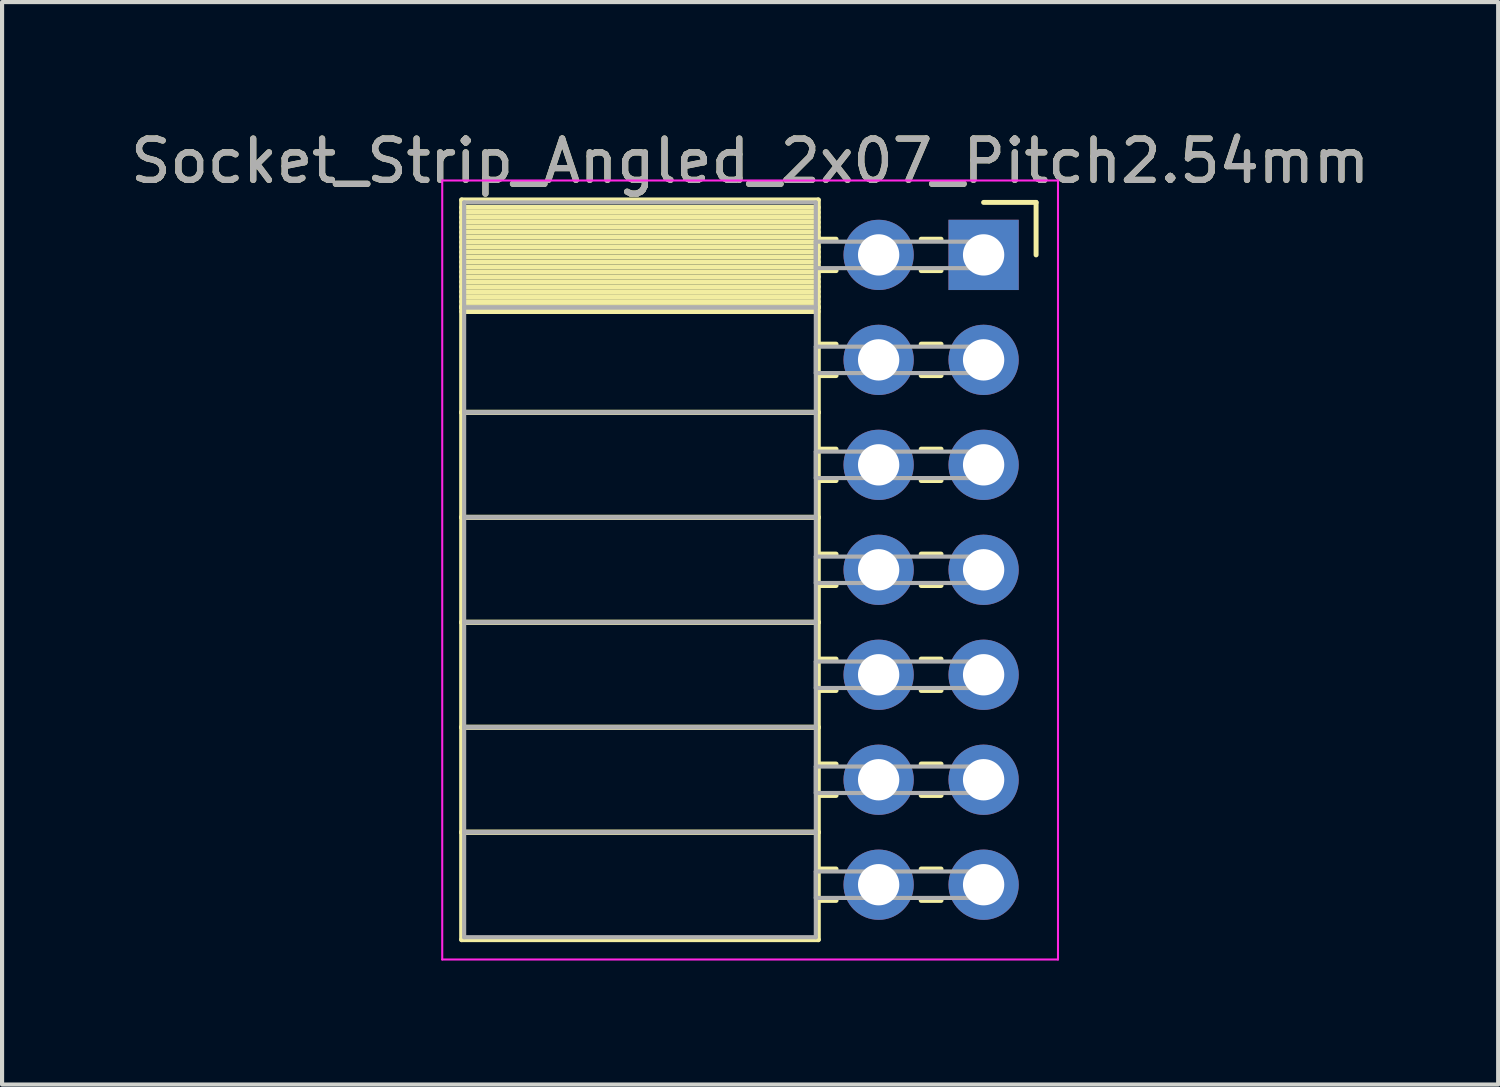
<source format=kicad_pcb>
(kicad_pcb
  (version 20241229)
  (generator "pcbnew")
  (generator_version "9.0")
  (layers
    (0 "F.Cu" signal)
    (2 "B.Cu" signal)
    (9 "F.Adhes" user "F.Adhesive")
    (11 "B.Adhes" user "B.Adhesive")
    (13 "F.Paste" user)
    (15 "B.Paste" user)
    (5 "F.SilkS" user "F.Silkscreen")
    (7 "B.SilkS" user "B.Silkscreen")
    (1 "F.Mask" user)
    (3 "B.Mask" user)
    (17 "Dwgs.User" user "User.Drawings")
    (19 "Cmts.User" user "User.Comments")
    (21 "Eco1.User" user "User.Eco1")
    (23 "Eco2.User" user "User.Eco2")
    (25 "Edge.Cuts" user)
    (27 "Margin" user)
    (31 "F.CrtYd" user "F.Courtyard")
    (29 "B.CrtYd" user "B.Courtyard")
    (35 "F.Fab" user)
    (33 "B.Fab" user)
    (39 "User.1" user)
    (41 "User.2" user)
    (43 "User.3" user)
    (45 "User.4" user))
  (footprint "Socket_Strip_Angled_2x07_Pitch2.54mm"
    (layer "F.Cu")
    (at 20.751 3.118)
    (property "Reference" "Socket_Strip_Angled_2x07_Pitch2.54mm" (at -5.65 -2.27 0) (layer "F.SilkS") (effects (font (size 1 1) (thickness 0.15))))
    (attr through_hole)
    (fp_line (start -12.63 -1.33) (end -4 -1.33) (stroke (width 0.12) (type solid)) (layer "F.SilkS"))
    (fp_line (start -12.63 1.27) (end -12.63 -1.33) (stroke (width 0.12) (type solid)) (layer "F.SilkS"))
    (fp_line (start -12.63 1.27) (end -4 1.27) (stroke (width 0.12) (type solid)) (layer "F.SilkS"))
    (fp_line (start -12.63 3.81) (end -12.63 1.27) (stroke (width 0.12) (type solid)) (layer "F.SilkS"))
    (fp_line (start -12.63 3.81) (end -4 3.81) (stroke (width 0.12) (type solid)) (layer "F.SilkS"))
    (fp_line (start -12.63 6.35) (end -12.63 3.81) (stroke (width 0.12) (type solid)) (layer "F.SilkS"))
    (fp_line (start -12.63 6.35) (end -4 6.35) (stroke (width 0.12) (type solid)) (layer "F.SilkS"))
    (fp_line (start -12.63 8.89) (end -12.63 6.35) (stroke (width 0.12) (type solid)) (layer "F.SilkS"))
    (fp_line (start -12.63 8.89) (end -4 8.89) (stroke (width 0.12) (type solid)) (layer "F.SilkS"))
    (fp_line (start -12.63 11.43) (end -12.63 8.89) (stroke (width 0.12) (type solid)) (layer "F.SilkS"))
    (fp_line (start -12.63 11.43) (end -4 11.43) (stroke (width 0.12) (type solid)) (layer "F.SilkS"))
    (fp_line (start -12.63 13.97) (end -12.63 11.43) (stroke (width 0.12) (type solid)) (layer "F.SilkS"))
    (fp_line (start -12.63 13.97) (end -4 13.97) (stroke (width 0.12) (type solid)) (layer "F.SilkS"))
    (fp_line (start -12.63 16.57) (end -12.63 13.97) (stroke (width 0.12) (type solid)) (layer "F.SilkS"))
    (fp_line (start -4 -1.33) (end -4 1.27) (stroke (width 0.12) (type solid)) (layer "F.SilkS"))
    (fp_line (start -4 -1.15) (end -12.63 -1.15) (stroke (width 0.12) (type solid)) (layer "F.SilkS"))
    (fp_line (start -4 -1.03) (end -12.63 -1.03) (stroke (width 0.12) (type solid)) (layer "F.SilkS"))
    (fp_line (start -4 -0.91) (end -12.63 -0.91) (stroke (width 0.12) (type solid)) (layer "F.SilkS"))
    (fp_line (start -4 -0.79) (end -12.63 -0.79) (stroke (width 0.12) (type solid)) (layer "F.SilkS"))
    (fp_line (start -4 -0.67) (end -12.63 -0.67) (stroke (width 0.12) (type solid)) (layer "F.SilkS"))
    (fp_line (start -4 -0.55) (end -12.63 -0.55) (stroke (width 0.12) (type solid)) (layer "F.SilkS"))
    (fp_line (start -4 -0.43) (end -12.63 -0.43) (stroke (width 0.12) (type solid)) (layer "F.SilkS"))
    (fp_line (start -4 -0.31) (end -12.63 -0.31) (stroke (width 0.12) (type solid)) (layer "F.SilkS"))
    (fp_line (start -4 -0.19) (end -12.63 -0.19) (stroke (width 0.12) (type solid)) (layer "F.SilkS"))
    (fp_line (start -4 -0.07) (end -12.63 -0.07) (stroke (width 0.12) (type solid)) (layer "F.SilkS"))
    (fp_line (start -4 0.05) (end -12.63 0.05) (stroke (width 0.12) (type solid)) (layer "F.SilkS"))
    (fp_line (start -4 0.17) (end -12.63 0.17) (stroke (width 0.12) (type solid)) (layer "F.SilkS"))
    (fp_line (start -4 0.29) (end -12.63 0.29) (stroke (width 0.12) (type solid)) (layer "F.SilkS"))
    (fp_line (start -4 0.41) (end -12.63 0.41) (stroke (width 0.12) (type solid)) (layer "F.SilkS"))
    (fp_line (start -4 0.53) (end -12.63 0.53) (stroke (width 0.12) (type solid)) (layer "F.SilkS"))
    (fp_line (start -4 0.65) (end -12.63 0.65) (stroke (width 0.12) (type solid)) (layer "F.SilkS"))
    (fp_line (start -4 0.77) (end -12.63 0.77) (stroke (width 0.12) (type solid)) (layer "F.SilkS"))
    (fp_line (start -4 0.89) (end -12.63 0.89) (stroke (width 0.12) (type solid)) (layer "F.SilkS"))
    (fp_line (start -4 1.01) (end -12.63 1.01) (stroke (width 0.12) (type solid)) (layer "F.SilkS"))
    (fp_line (start -4 1.13) (end -12.63 1.13) (stroke (width 0.12) (type solid)) (layer "F.SilkS"))
    (fp_line (start -4 1.25) (end -12.63 1.25) (stroke (width 0.12) (type solid)) (layer "F.SilkS"))
    (fp_line (start -4 1.27) (end -12.63 1.27) (stroke (width 0.12) (type solid)) (layer "F.SilkS"))
    (fp_line (start -4 1.27) (end -4 3.81) (stroke (width 0.12) (type solid)) (layer "F.SilkS"))
    (fp_line (start -4 1.37) (end -12.63 1.37) (stroke (width 0.12) (type solid)) (layer "F.SilkS"))
    (fp_line (start -4 3.81) (end -12.63 3.81) (stroke (width 0.12) (type solid)) (layer "F.SilkS"))
    (fp_line (start -4 3.81) (end -4 6.35) (stroke (width 0.12) (type solid)) (layer "F.SilkS"))
    (fp_line (start -4 6.35) (end -12.63 6.35) (stroke (width 0.12) (type solid)) (layer "F.SilkS"))
    (fp_line (start -4 6.35) (end -4 8.89) (stroke (width 0.12) (type solid)) (layer "F.SilkS"))
    (fp_line (start -4 8.89) (end -12.63 8.89) (stroke (width 0.12) (type solid)) (layer "F.SilkS"))
    (fp_line (start -4 8.89) (end -4 11.43) (stroke (width 0.12) (type solid)) (layer "F.SilkS"))
    (fp_line (start -4 11.43) (end -12.63 11.43) (stroke (width 0.12) (type solid)) (layer "F.SilkS"))
    (fp_line (start -4 11.43) (end -4 13.97) (stroke (width 0.12) (type solid)) (layer "F.SilkS"))
    (fp_line (start -4 13.97) (end -12.63 13.97) (stroke (width 0.12) (type solid)) (layer "F.SilkS"))
    (fp_line (start -4 13.97) (end -4 16.57) (stroke (width 0.12) (type solid)) (layer "F.SilkS"))
    (fp_line (start -4 16.57) (end -12.63 16.57) (stroke (width 0.12) (type solid)) (layer "F.SilkS"))
    (fp_line (start -3.57 -0.38) (end -4 -0.38) (stroke (width 0.12) (type solid)) (layer "F.SilkS"))
    (fp_line (start -3.57 0.38) (end -4 0.38) (stroke (width 0.12) (type solid)) (layer "F.SilkS"))
    (fp_line (start -3.57 2.16) (end -4 2.16) (stroke (width 0.12) (type solid)) (layer "F.SilkS"))
    (fp_line (start -3.57 2.92) (end -4 2.92) (stroke (width 0.12) (type solid)) (layer "F.SilkS"))
    (fp_line (start -3.57 4.7) (end -4 4.7) (stroke (width 0.12) (type solid)) (layer "F.SilkS"))
    (fp_line (start -3.57 5.46) (end -4 5.46) (stroke (width 0.12) (type solid)) (layer "F.SilkS"))
    (fp_line (start -3.57 7.24) (end -4 7.24) (stroke (width 0.12) (type solid)) (layer "F.SilkS"))
    (fp_line (start -3.57 8) (end -4 8) (stroke (width 0.12) (type solid)) (layer "F.SilkS"))
    (fp_line (start -3.57 9.78) (end -4 9.78) (stroke (width 0.12) (type solid)) (layer "F.SilkS"))
    (fp_line (start -3.57 10.54) (end -4 10.54) (stroke (width 0.12) (type solid)) (layer "F.SilkS"))
    (fp_line (start -3.57 12.32) (end -4 12.32) (stroke (width 0.12) (type solid)) (layer "F.SilkS"))
    (fp_line (start -3.57 13.08) (end -4 13.08) (stroke (width 0.12) (type solid)) (layer "F.SilkS"))
    (fp_line (start -3.57 14.86) (end -4 14.86) (stroke (width 0.12) (type solid)) (layer "F.SilkS"))
    (fp_line (start -3.57 15.62) (end -4 15.62) (stroke (width 0.12) (type solid)) (layer "F.SilkS"))
    (fp_line (start -1.03 -0.38) (end -1.51 -0.38) (stroke (width 0.12) (type solid)) (layer "F.SilkS"))
    (fp_line (start -1.03 0.38) (end -1.51 0.38) (stroke (width 0.12) (type solid)) (layer "F.SilkS"))
    (fp_line (start -1.03 2.16) (end -1.51 2.16) (stroke (width 0.12) (type solid)) (layer "F.SilkS"))
    (fp_line (start -1.03 2.92) (end -1.51 2.92) (stroke (width 0.12) (type solid)) (layer "F.SilkS"))
    (fp_line (start -1.03 4.7) (end -1.51 4.7) (stroke (width 0.12) (type solid)) (layer "F.SilkS"))
    (fp_line (start -1.03 5.46) (end -1.51 5.46) (stroke (width 0.12) (type solid)) (layer "F.SilkS"))
    (fp_line (start -1.03 7.24) (end -1.51 7.24) (stroke (width 0.12) (type solid)) (layer "F.SilkS"))
    (fp_line (start -1.03 8) (end -1.51 8) (stroke (width 0.12) (type solid)) (layer "F.SilkS"))
    (fp_line (start -1.03 9.78) (end -1.51 9.78) (stroke (width 0.12) (type solid)) (layer "F.SilkS"))
    (fp_line (start -1.03 10.54) (end -1.51 10.54) (stroke (width 0.12) (type solid)) (layer "F.SilkS"))
    (fp_line (start -1.03 12.32) (end -1.51 12.32) (stroke (width 0.12) (type solid)) (layer "F.SilkS"))
    (fp_line (start -1.03 13.08) (end -1.51 13.08) (stroke (width 0.12) (type solid)) (layer "F.SilkS"))
    (fp_line (start -1.03 14.86) (end -1.51 14.86) (stroke (width 0.12) (type solid)) (layer "F.SilkS"))
    (fp_line (start -1.03 15.62) (end -1.51 15.62) (stroke (width 0.12) (type solid)) (layer "F.SilkS"))
    (fp_line (start 0 -1.27) (end 1.27 -1.27) (stroke (width 0.12) (type solid)) (layer "F.SilkS"))
    (fp_line (start 1.27 -1.27) (end 1.27 0) (stroke (width 0.12) (type solid)) (layer "F.SilkS"))
    (fp_line (start -13.1 -1.8) (end 1.8 -1.8) (stroke (width 0.05) (type solid)) (layer "F.CrtYd"))
    (fp_line (start -13.1 17.05) (end -13.1 -1.8) (stroke (width 0.05) (type solid)) (layer "F.CrtYd"))
    (fp_line (start 1.8 -1.8) (end 1.8 17.05) (stroke (width 0.05) (type solid)) (layer "F.CrtYd"))
    (fp_line (start 1.8 17.05) (end -13.1 17.05) (stroke (width 0.05) (type solid)) (layer "F.CrtYd"))
    (fp_line (start -12.57 -1.27) (end -4.06 -1.27) (stroke (width 0.1) (type solid)) (layer "F.Fab"))
    (fp_line (start -12.57 1.27) (end -12.57 -1.27) (stroke (width 0.1) (type solid)) (layer "F.Fab"))
    (fp_line (start -12.57 1.27) (end -4.06 1.27) (stroke (width 0.1) (type solid)) (layer "F.Fab"))
    (fp_line (start -12.57 3.81) (end -12.57 1.27) (stroke (width 0.1) (type solid)) (layer "F.Fab"))
    (fp_line (start -12.57 3.81) (end -4.06 3.81) (stroke (width 0.1) (type solid)) (layer "F.Fab"))
    (fp_line (start -12.57 6.35) (end -12.57 3.81) (stroke (width 0.1) (type solid)) (layer "F.Fab"))
    (fp_line (start -12.57 6.35) (end -4.06 6.35) (stroke (width 0.1) (type solid)) (layer "F.Fab"))
    (fp_line (start -12.57 8.89) (end -12.57 6.35) (stroke (width 0.1) (type solid)) (layer "F.Fab"))
    (fp_line (start -12.57 8.89) (end -4.06 8.89) (stroke (width 0.1) (type solid)) (layer "F.Fab"))
    (fp_line (start -12.57 11.43) (end -12.57 8.89) (stroke (width 0.1) (type solid)) (layer "F.Fab"))
    (fp_line (start -12.57 11.43) (end -4.06 11.43) (stroke (width 0.1) (type solid)) (layer "F.Fab"))
    (fp_line (start -12.57 13.97) (end -12.57 11.43) (stroke (width 0.1) (type solid)) (layer "F.Fab"))
    (fp_line (start -12.57 13.97) (end -4.06 13.97) (stroke (width 0.1) (type solid)) (layer "F.Fab"))
    (fp_line (start -12.57 16.51) (end -12.57 13.97) (stroke (width 0.1) (type solid)) (layer "F.Fab"))
    (fp_line (start -4.06 -1.27) (end -4.06 1.27) (stroke (width 0.1) (type solid)) (layer "F.Fab"))
    (fp_line (start -4.06 -0.32) (end 0 -0.32) (stroke (width 0.1) (type solid)) (layer "F.Fab"))
    (fp_line (start -4.06 0.32) (end -4.06 -0.32) (stroke (width 0.1) (type solid)) (layer "F.Fab"))
    (fp_line (start -4.06 1.27) (end -12.57 1.27) (stroke (width 0.1) (type solid)) (layer "F.Fab"))
    (fp_line (start -4.06 1.27) (end -4.06 3.81) (stroke (width 0.1) (type solid)) (layer "F.Fab"))
    (fp_line (start -4.06 2.22) (end 0 2.22) (stroke (width 0.1) (type solid)) (layer "F.Fab"))
    (fp_line (start -4.06 2.86) (end -4.06 2.22) (stroke (width 0.1) (type solid)) (layer "F.Fab"))
    (fp_line (start -4.06 3.81) (end -12.57 3.81) (stroke (width 0.1) (type solid)) (layer "F.Fab"))
    (fp_line (start -4.06 3.81) (end -4.06 6.35) (stroke (width 0.1) (type solid)) (layer "F.Fab"))
    (fp_line (start -4.06 4.76) (end 0 4.76) (stroke (width 0.1) (type solid)) (layer "F.Fab"))
    (fp_line (start -4.06 5.4) (end -4.06 4.76) (stroke (width 0.1) (type solid)) (layer "F.Fab"))
    (fp_line (start -4.06 6.35) (end -12.57 6.35) (stroke (width 0.1) (type solid)) (layer "F.Fab"))
    (fp_line (start -4.06 6.35) (end -4.06 8.89) (stroke (width 0.1) (type solid)) (layer "F.Fab"))
    (fp_line (start -4.06 7.3) (end 0 7.3) (stroke (width 0.1) (type solid)) (layer "F.Fab"))
    (fp_line (start -4.06 7.94) (end -4.06 7.3) (stroke (width 0.1) (type solid)) (layer "F.Fab"))
    (fp_line (start -4.06 8.89) (end -12.57 8.89) (stroke (width 0.1) (type solid)) (layer "F.Fab"))
    (fp_line (start -4.06 8.89) (end -4.06 11.43) (stroke (width 0.1) (type solid)) (layer "F.Fab"))
    (fp_line (start -4.06 9.84) (end 0 9.84) (stroke (width 0.1) (type solid)) (layer "F.Fab"))
    (fp_line (start -4.06 10.48) (end -4.06 9.84) (stroke (width 0.1) (type solid)) (layer "F.Fab"))
    (fp_line (start -4.06 11.43) (end -12.57 11.43) (stroke (width 0.1) (type solid)) (layer "F.Fab"))
    (fp_line (start -4.06 11.43) (end -4.06 13.97) (stroke (width 0.1) (type solid)) (layer "F.Fab"))
    (fp_line (start -4.06 12.38) (end 0 12.38) (stroke (width 0.1) (type solid)) (layer "F.Fab"))
    (fp_line (start -4.06 13.02) (end -4.06 12.38) (stroke (width 0.1) (type solid)) (layer "F.Fab"))
    (fp_line (start -4.06 13.97) (end -12.57 13.97) (stroke (width 0.1) (type solid)) (layer "F.Fab"))
    (fp_line (start -4.06 13.97) (end -4.06 16.51) (stroke (width 0.1) (type solid)) (layer "F.Fab"))
    (fp_line (start -4.06 14.92) (end 0 14.92) (stroke (width 0.1) (type solid)) (layer "F.Fab"))
    (fp_line (start -4.06 15.56) (end -4.06 14.92) (stroke (width 0.1) (type solid)) (layer "F.Fab"))
    (fp_line (start -4.06 16.51) (end -12.57 16.51) (stroke (width 0.1) (type solid)) (layer "F.Fab"))
    (fp_line (start 0 -0.32) (end 0 0.32) (stroke (width 0.1) (type solid)) (layer "F.Fab"))
    (fp_line (start 0 0.32) (end -4.06 0.32) (stroke (width 0.1) (type solid)) (layer "F.Fab"))
    (fp_line (start 0 2.22) (end 0 2.86) (stroke (width 0.1) (type solid)) (layer "F.Fab"))
    (fp_line (start 0 2.86) (end -4.06 2.86) (stroke (width 0.1) (type solid)) (layer "F.Fab"))
    (fp_line (start 0 4.76) (end 0 5.4) (stroke (width 0.1) (type solid)) (layer "F.Fab"))
    (fp_line (start 0 5.4) (end -4.06 5.4) (stroke (width 0.1) (type solid)) (layer "F.Fab"))
    (fp_line (start 0 7.3) (end 0 7.94) (stroke (width 0.1) (type solid)) (layer "F.Fab"))
    (fp_line (start 0 7.94) (end -4.06 7.94) (stroke (width 0.1) (type solid)) (layer "F.Fab"))
    (fp_line (start 0 9.84) (end 0 10.48) (stroke (width 0.1) (type solid)) (layer "F.Fab"))
    (fp_line (start 0 10.48) (end -4.06 10.48) (stroke (width 0.1) (type solid)) (layer "F.Fab"))
    (fp_line (start 0 12.38) (end 0 13.02) (stroke (width 0.1) (type solid)) (layer "F.Fab"))
    (fp_line (start 0 13.02) (end -4.06 13.02) (stroke (width 0.1) (type solid)) (layer "F.Fab"))
    (fp_line (start 0 14.92) (end 0 15.56) (stroke (width 0.1) (type solid)) (layer "F.Fab"))
    (fp_line (start 0 15.56) (end -4.06 15.56) (stroke (width 0.1) (type solid)) (layer "F.Fab"))
    (fp_text user "${REFERENCE}" (at -5.65 -2.27 0) (layer "F.Fab") (effects (font (size 1 1) (thickness 0.15))))
    (pad "1" thru_hole rect (at 0 0) (size 1.7 1.7) (drill 1) (layers "*.Cu" "*.Mask"))
    (pad "2" thru_hole oval (at -2.54 0) (size 1.7 1.7) (drill 1) (layers "*.Cu" "*.Mask"))
    (pad "3" thru_hole oval (at 0 2.54) (size 1.7 1.7) (drill 1) (layers "*.Cu" "*.Mask"))
    (pad "4" thru_hole oval (at -2.54 2.54) (size 1.7 1.7) (drill 1) (layers "*.Cu" "*.Mask"))
    (pad "5" thru_hole oval (at 0 5.08) (size 1.7 1.7) (drill 1) (layers "*.Cu" "*.Mask"))
    (pad "6" thru_hole oval (at -2.54 5.08) (size 1.7 1.7) (drill 1) (layers "*.Cu" "*.Mask"))
    (pad "7" thru_hole oval (at 0 7.62) (size 1.7 1.7) (drill 1) (layers "*.Cu" "*.Mask"))
    (pad "8" thru_hole oval (at -2.54 7.62) (size 1.7 1.7) (drill 1) (layers "*.Cu" "*.Mask"))
    (pad "9" thru_hole oval (at 0 10.16) (size 1.7 1.7) (drill 1) (layers "*.Cu" "*.Mask"))
    (pad "10" thru_hole oval (at -2.54 10.16) (size 1.7 1.7) (drill 1) (layers "*.Cu" "*.Mask"))
    (pad "11" thru_hole oval (at 0 12.7) (size 1.7 1.7) (drill 1) (layers "*.Cu" "*.Mask"))
    (pad "12" thru_hole oval (at -2.54 12.7) (size 1.7 1.7) (drill 1) (layers "*.Cu" "*.Mask"))
    (pad "13" thru_hole oval (at 0 15.24) (size 1.7 1.7) (drill 1) (layers "*.Cu" "*.Mask"))
    (pad "14" thru_hole oval (at -2.54 15.24) (size 1.7 1.7) (drill 1) (layers "*.Cu" "*.Mask")))
  (gr_rect
    (start -3 -3)
    (end 33.202 23.193)
    (stroke (width 0.1) (type default))
    (fill no)
    (layer "Edge.Cuts")))
</source>
